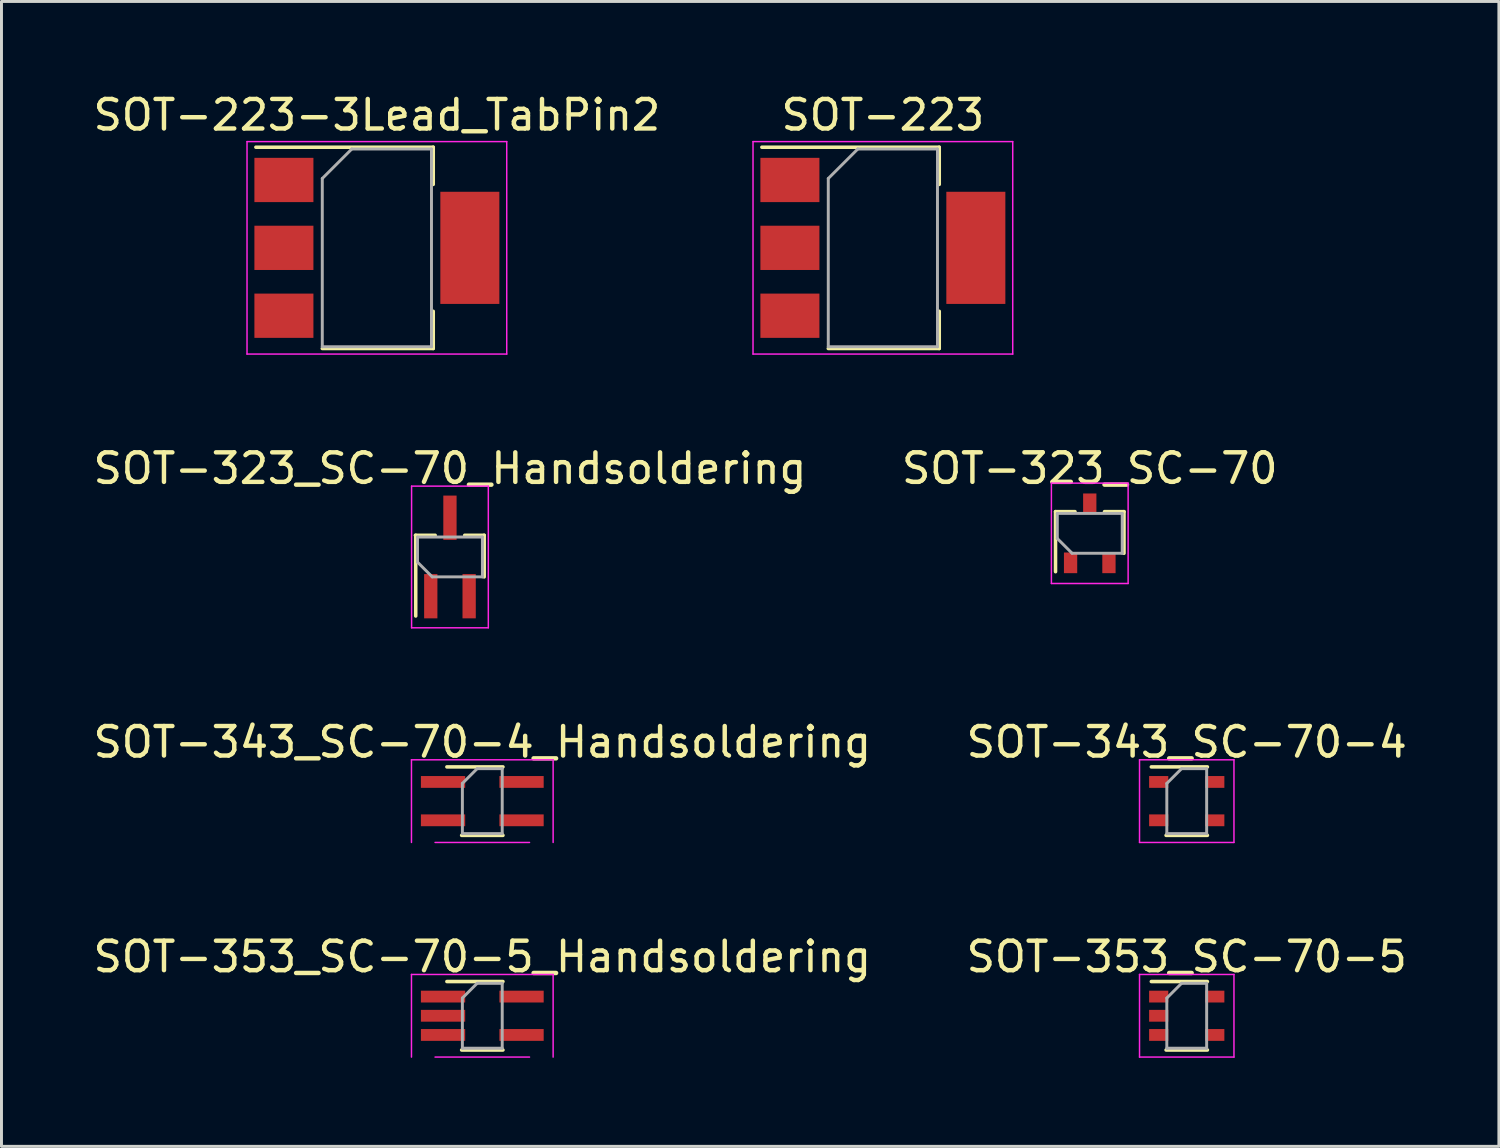
<source format=kicad_pcb>
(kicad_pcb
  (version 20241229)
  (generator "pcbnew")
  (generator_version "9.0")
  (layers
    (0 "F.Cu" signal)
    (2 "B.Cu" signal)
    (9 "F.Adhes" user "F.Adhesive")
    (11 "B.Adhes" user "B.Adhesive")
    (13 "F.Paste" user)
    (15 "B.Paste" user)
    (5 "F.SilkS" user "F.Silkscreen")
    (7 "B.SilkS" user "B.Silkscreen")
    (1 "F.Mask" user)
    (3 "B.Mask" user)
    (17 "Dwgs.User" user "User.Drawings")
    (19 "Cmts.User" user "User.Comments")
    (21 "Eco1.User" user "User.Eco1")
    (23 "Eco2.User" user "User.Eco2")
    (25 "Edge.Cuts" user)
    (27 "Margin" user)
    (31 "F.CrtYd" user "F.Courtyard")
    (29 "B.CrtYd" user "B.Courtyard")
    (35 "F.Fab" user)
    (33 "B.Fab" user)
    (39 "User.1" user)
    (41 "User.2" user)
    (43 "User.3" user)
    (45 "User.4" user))
  (footprint "SOT-323_SC-70"
    (layer "F.Cu")
    (at 33.875 15.021)
    (property "Reference" "SOT-323_SC-70" (at 0 -2.2 0) (layer "F.SilkS") (effects (font (size 1 1) (thickness 0.15))))
    (attr smd)
    (fp_line (start -1.16 -0.735) (end -1.16 1.3) (stroke (width 0.12) (type solid)) (layer "F.SilkS"))
    (fp_line (start -1.16 -0.735) (end -0.5 -0.735) (stroke (width 0.12) (type solid)) (layer "F.SilkS"))
    (fp_line (start 0.5 -0.735) (end 1.16 -0.735) (stroke (width 0.12) (type solid)) (layer "F.SilkS"))
    (fp_line (start 1.16 0.675) (end 1.16 -0.735) (stroke (width 0.12) (type solid)) (layer "F.SilkS"))
    (fp_line (start -1.3 -1.7) (end 1.3 -1.7) (stroke (width 0.05) (type solid)) (layer "F.CrtYd"))
    (fp_line (start -1.3 1.7) (end -1.3 -1.7) (stroke (width 0.05) (type solid)) (layer "F.CrtYd"))
    (fp_line (start 1.3 -1.7) (end 1.3 1.7) (stroke (width 0.05) (type solid)) (layer "F.CrtYd"))
    (fp_line (start 1.3 1.7) (end -1.3 1.7) (stroke (width 0.05) (type solid)) (layer "F.CrtYd"))
    (fp_line (start -1.1 -0.675) (end -1.1 0.175) (stroke (width 0.1) (type solid)) (layer "F.Fab"))
    (fp_line (start -1.1 -0.675) (end 1.1 -0.675) (stroke (width 0.1) (type solid)) (layer "F.Fab"))
    (fp_line (start -1.1 0.175) (end -0.6 0.675) (stroke (width 0.1) (type solid)) (layer "F.Fab"))
    (fp_line (start -0.6 0.675) (end 1.1 0.675) (stroke (width 0.1) (type solid)) (layer "F.Fab"))
    (fp_line (start 1.1 -0.675) (end 1.1 0.675) (stroke (width 0.1) (type solid)) (layer "F.Fab"))
    (pad "1" smd rect (at -0.65 1) (size 0.45 0.7) (layers "F.Cu" "F.Mask" "F.Paste"))
    (pad "2" smd rect (at 0.65 1) (size 0.45 0.7) (layers "F.Cu" "F.Mask" "F.Paste"))
    (pad "3" smd rect (at 0 -1) (size 0.45 0.7) (layers "F.Cu" "F.Mask" "F.Paste")))
  (footprint "SOT-223-3Lead_TabPin2"
    (layer "F.Cu")
    (at 9.72 5.348)
    (property "Reference" "SOT-223-3Lead_TabPin2" (at 0 -4.5 0) (layer "F.SilkS") (effects (font (size 1 1) (thickness 0.15))))
    (attr smd)
    (fp_line (start -4.1 -3.41) (end 1.91 -3.41) (stroke (width 0.12) (type solid)) (layer "F.SilkS"))
    (fp_line (start -1.85 3.41) (end 1.91 3.41) (stroke (width 0.12) (type solid)) (layer "F.SilkS"))
    (fp_line (start 1.91 -3.41) (end 1.91 -2.15) (stroke (width 0.12) (type solid)) (layer "F.SilkS"))
    (fp_line (start 1.91 3.41) (end 1.91 2.15) (stroke (width 0.12) (type solid)) (layer "F.SilkS"))
    (fp_line (start -4.4 -3.6) (end -4.4 3.6) (stroke (width 0.05) (type solid)) (layer "F.CrtYd"))
    (fp_line (start -4.4 3.6) (end 4.4 3.6) (stroke (width 0.05) (type solid)) (layer "F.CrtYd"))
    (fp_line (start 4.4 -3.6) (end -4.4 -3.6) (stroke (width 0.05) (type solid)) (layer "F.CrtYd"))
    (fp_line (start 4.4 3.6) (end 4.4 -3.6) (stroke (width 0.05) (type solid)) (layer "F.CrtYd"))
    (fp_line (start -1.85 -2.35) (end -1.85 3.35) (stroke (width 0.1) (type solid)) (layer "F.Fab"))
    (fp_line (start -1.85 -2.35) (end -0.85 -3.35) (stroke (width 0.1) (type solid)) (layer "F.Fab"))
    (fp_line (start -1.85 3.35) (end 1.85 3.35) (stroke (width 0.1) (type solid)) (layer "F.Fab"))
    (fp_line (start -0.85 -3.35) (end 1.85 -3.35) (stroke (width 0.1) (type solid)) (layer "F.Fab"))
    (fp_line (start 1.85 -3.35) (end 1.85 3.35) (stroke (width 0.1) (type solid)) (layer "F.Fab"))
    (pad "1" smd rect (at -3.15 -2.3) (size 2 1.5) (layers "F.Cu" "F.Mask" "F.Paste"))
    (pad "2" smd rect (at -3.15 0) (size 2 1.5) (layers "F.Cu" "F.Mask" "F.Paste"))
    (pad "2" smd rect (at 3.15 0) (size 2 3.8) (layers "F.Cu" "F.Mask" "F.Paste"))
    (pad "3" smd rect (at -3.15 2.3) (size 2 1.5) (layers "F.Cu" "F.Mask" "F.Paste")))
  (footprint "SOT-353_SC-70-5_Handsoldering"
    (layer "F.Cu")
    (at 13.292 31.368)
    (property "Reference" "SOT-353_SC-70-5_Handsoldering" (at 0 -2 0) (layer "F.SilkS") (effects (font (size 1 1) (thickness 0.15))))
    (attr smd)
    (fp_line (start -0.7 1.16) (end 0.7 1.16) (stroke (width 0.12) (type solid)) (layer "F.SilkS"))
    (fp_line (start 0.7 -1.16) (end -1.2 -1.16) (stroke (width 0.12) (type solid)) (layer "F.SilkS"))
    (fp_line (start -2.4 -1.4) (end -2.4 1.4) (stroke (width 0.05) (type solid)) (layer "F.CrtYd"))
    (fp_line (start -2.4 -1.4) (end 2.4 -1.4) (stroke (width 0.05) (type solid)) (layer "F.CrtYd"))
    (fp_line (start -1.6 1.4) (end 1.6 1.4) (stroke (width 0.05) (type solid)) (layer "F.CrtYd"))
    (fp_line (start 2.4 1.4) (end 2.4 -1.4) (stroke (width 0.05) (type solid)) (layer "F.CrtYd"))
    (fp_line (start -0.675 -0.6) (end -0.675 1.1) (stroke (width 0.1) (type solid)) (layer "F.Fab"))
    (fp_line (start -0.175 -1.1) (end -0.675 -0.6) (stroke (width 0.1) (type solid)) (layer "F.Fab"))
    (fp_line (start 0.675 -1.1) (end -0.175 -1.1) (stroke (width 0.1) (type solid)) (layer "F.Fab"))
    (fp_line (start 0.675 -1.1) (end 0.675 1.1) (stroke (width 0.1) (type solid)) (layer "F.Fab"))
    (fp_line (start 0.675 1.1) (end -0.675 1.1) (stroke (width 0.1) (type solid)) (layer "F.Fab"))
    (pad "1" smd rect (at -1.33 -0.65) (size 1.5 0.4) (layers "F.Cu" "F.Mask" "F.Paste"))
    (pad "2" smd rect (at -1.33 0) (size 1.5 0.4) (layers "F.Cu" "F.Mask" "F.Paste"))
    (pad "3" smd rect (at -1.33 0.65) (size 1.5 0.4) (layers "F.Cu" "F.Mask" "F.Paste"))
    (pad "4" smd rect (at 1.33 0.65) (size 1.5 0.4) (layers "F.Cu" "F.Mask" "F.Paste"))
    (pad "5" smd rect (at 1.33 -0.65) (size 1.5 0.4) (layers "F.Cu" "F.Mask" "F.Paste")))
  (footprint "SOT-353_SC-70-5"
    (layer "F.Cu")
    (at 37.161 31.368)
    (property "Reference" "SOT-353_SC-70-5" (at 0 -2 0) (layer "F.SilkS") (effects (font (size 1 1) (thickness 0.15))))
    (attr smd)
    (fp_line (start -0.7 1.16) (end 0.7 1.16) (stroke (width 0.12) (type solid)) (layer "F.SilkS"))
    (fp_line (start 0.7 -1.16) (end -1.2 -1.16) (stroke (width 0.12) (type solid)) (layer "F.SilkS"))
    (fp_line (start -1.6 -1.4) (end -1.6 1.4) (stroke (width 0.05) (type solid)) (layer "F.CrtYd"))
    (fp_line (start -1.6 -1.4) (end 1.6 -1.4) (stroke (width 0.05) (type solid)) (layer "F.CrtYd"))
    (fp_line (start -1.6 1.4) (end 1.6 1.4) (stroke (width 0.05) (type solid)) (layer "F.CrtYd"))
    (fp_line (start 1.6 1.4) (end 1.6 -1.4) (stroke (width 0.05) (type solid)) (layer "F.CrtYd"))
    (fp_line (start -0.675 -0.6) (end -0.675 1.1) (stroke (width 0.1) (type solid)) (layer "F.Fab"))
    (fp_line (start -0.175 -1.1) (end -0.675 -0.6) (stroke (width 0.1) (type solid)) (layer "F.Fab"))
    (fp_line (start 0.675 -1.1) (end -0.175 -1.1) (stroke (width 0.1) (type solid)) (layer "F.Fab"))
    (fp_line (start 0.675 -1.1) (end 0.675 1.1) (stroke (width 0.1) (type solid)) (layer "F.Fab"))
    (fp_line (start 0.675 1.1) (end -0.675 1.1) (stroke (width 0.1) (type solid)) (layer "F.Fab"))
    (pad "1" smd rect (at -0.95 -0.65) (size 0.65 0.4) (layers "F.Cu" "F.Mask" "F.Paste"))
    (pad "2" smd rect (at -0.95 0) (size 0.65 0.4) (layers "F.Cu" "F.Mask" "F.Paste"))
    (pad "3" smd rect (at -0.95 0.65) (size 0.65 0.4) (layers "F.Cu" "F.Mask" "F.Paste"))
    (pad "4" smd rect (at 0.95 0.65) (size 0.65 0.4) (layers "F.Cu" "F.Mask" "F.Paste"))
    (pad "5" smd rect (at 0.95 -0.65) (size 0.65 0.4) (layers "F.Cu" "F.Mask" "F.Paste")))
  (footprint "SOT-323_SC-70_Handsoldering"
    (layer "F.Cu")
    (at 12.196 15.822)
    (property "Reference" "SOT-323_SC-70_Handsoldering" (at 0 -3 0) (layer "F.SilkS") (effects (font (size 1 1) (thickness 0.15))))
    (attr smd)
    (fp_line (start -1.17 -0.735) (end -0.5 -0.735) (stroke (width 0.12) (type solid)) (layer "F.SilkS"))
    (fp_line (start -1.16 -0.735) (end -1.16 2) (stroke (width 0.12) (type solid)) (layer "F.SilkS"))
    (fp_line (start 0.5 -0.735) (end 1.16 -0.735) (stroke (width 0.12) (type solid)) (layer "F.SilkS"))
    (fp_line (start 1.16 0.675) (end 1.16 -0.735) (stroke (width 0.12) (type solid)) (layer "F.SilkS"))
    (fp_line (start -1.3 -2.4) (end 1.3 -2.4) (stroke (width 0.05) (type solid)) (layer "F.CrtYd"))
    (fp_line (start -1.3 2.4) (end -1.3 -2.4) (stroke (width 0.05) (type solid)) (layer "F.CrtYd"))
    (fp_line (start 1.3 -2.4) (end 1.3 2.4) (stroke (width 0.05) (type solid)) (layer "F.CrtYd"))
    (fp_line (start 1.3 2.4) (end -1.3 2.4) (stroke (width 0.05) (type solid)) (layer "F.CrtYd"))
    (fp_line (start -1.1 -0.675) (end -1.1 0.175) (stroke (width 0.1) (type solid)) (layer "F.Fab"))
    (fp_line (start -1.1 -0.675) (end 1.1 -0.675) (stroke (width 0.1) (type solid)) (layer "F.Fab"))
    (fp_line (start -1.1 0.175) (end -0.6 0.675) (stroke (width 0.1) (type solid)) (layer "F.Fab"))
    (fp_line (start -0.6 0.675) (end 1.1 0.675) (stroke (width 0.1) (type solid)) (layer "F.Fab"))
    (fp_line (start 1.1 -0.675) (end 1.1 0.675) (stroke (width 0.1) (type solid)) (layer "F.Fab"))
    (pad "1" smd rect (at -0.65 1.33) (size 0.45 1.5) (layers "F.Cu" "F.Mask" "F.Paste"))
    (pad "2" smd rect (at 0.65 1.33) (size 0.45 1.5) (layers "F.Cu" "F.Mask" "F.Paste"))
    (pad "3" smd rect (at 0 -1.33) (size 0.45 1.5) (layers "F.Cu" "F.Mask" "F.Paste")))
  (footprint "SOT-343_SC-70-4"
    (layer "F.Cu")
    (at 37.161 24.095)
    (property "Reference" "SOT-343_SC-70-4" (at 0 -2 0) (layer "F.SilkS") (effects (font (size 1 1) (thickness 0.15))))
    (attr smd)
    (fp_line (start -0.7 1.16) (end 0.7 1.16) (stroke (width 0.12) (type solid)) (layer "F.SilkS"))
    (fp_line (start 0.7 -1.16) (end -1.2 -1.16) (stroke (width 0.12) (type solid)) (layer "F.SilkS"))
    (fp_line (start -1.6 -1.4) (end -1.6 1.4) (stroke (width 0.05) (type solid)) (layer "F.CrtYd"))
    (fp_line (start -1.6 -1.4) (end 1.6 -1.4) (stroke (width 0.05) (type solid)) (layer "F.CrtYd"))
    (fp_line (start -1.6 1.4) (end 1.6 1.4) (stroke (width 0.05) (type solid)) (layer "F.CrtYd"))
    (fp_line (start 1.6 1.4) (end 1.6 -1.4) (stroke (width 0.05) (type solid)) (layer "F.CrtYd"))
    (fp_line (start -0.675 -0.6) (end -0.675 1.1) (stroke (width 0.1) (type solid)) (layer "F.Fab"))
    (fp_line (start -0.175 -1.1) (end -0.675 -0.6) (stroke (width 0.1) (type solid)) (layer "F.Fab"))
    (fp_line (start 0.675 -1.1) (end -0.175 -1.1) (stroke (width 0.1) (type solid)) (layer "F.Fab"))
    (fp_line (start 0.675 -1.1) (end 0.675 1.1) (stroke (width 0.1) (type solid)) (layer "F.Fab"))
    (fp_line (start 0.675 1.1) (end -0.675 1.1) (stroke (width 0.1) (type solid)) (layer "F.Fab"))
    (pad "1" smd rect (at -0.95 -0.65) (size 0.65 0.4) (layers "F.Cu" "F.Mask" "F.Paste"))
    (pad "2" smd rect (at -0.95 0.65) (size 0.65 0.4) (layers "F.Cu" "F.Mask" "F.Paste"))
    (pad "3" smd rect (at 0.95 0.65) (size 0.65 0.4) (layers "F.Cu" "F.Mask" "F.Paste"))
    (pad "4" smd rect (at 0.95 -0.65) (size 0.65 0.4) (layers "F.Cu" "F.Mask" "F.Paste")))
  (footprint "SOT-343_SC-70-4_Handsoldering"
    (layer "F.Cu")
    (at 13.292 24.095)
    (property "Reference" "SOT-343_SC-70-4_Handsoldering" (at 0 -2 0) (layer "F.SilkS") (effects (font (size 1 1) (thickness 0.15))))
    (attr smd)
    (fp_line (start -0.7 1.16) (end 0.7 1.16) (stroke (width 0.12) (type solid)) (layer "F.SilkS"))
    (fp_line (start 0.7 -1.16) (end -1.2 -1.16) (stroke (width 0.12) (type solid)) (layer "F.SilkS"))
    (fp_line (start -2.4 -1.4) (end -2.4 1.4) (stroke (width 0.05) (type solid)) (layer "F.CrtYd"))
    (fp_line (start -2.4 -1.4) (end 2.4 -1.4) (stroke (width 0.05) (type solid)) (layer "F.CrtYd"))
    (fp_line (start -1.6 1.4) (end 1.6 1.4) (stroke (width 0.05) (type solid)) (layer "F.CrtYd"))
    (fp_line (start 2.4 1.4) (end 2.4 -1.4) (stroke (width 0.05) (type solid)) (layer "F.CrtYd"))
    (fp_line (start -0.675 -0.6) (end -0.675 1.1) (stroke (width 0.1) (type solid)) (layer "F.Fab"))
    (fp_line (start -0.175 -1.1) (end -0.675 -0.6) (stroke (width 0.1) (type solid)) (layer "F.Fab"))
    (fp_line (start 0.675 -1.1) (end -0.175 -1.1) (stroke (width 0.1) (type solid)) (layer "F.Fab"))
    (fp_line (start 0.675 -1.1) (end 0.675 1.1) (stroke (width 0.1) (type solid)) (layer "F.Fab"))
    (fp_line (start 0.675 1.1) (end -0.675 1.1) (stroke (width 0.1) (type solid)) (layer "F.Fab"))
    (pad "1" smd rect (at -1.33 -0.65) (size 1.5 0.4) (layers "F.Cu" "F.Mask" "F.Paste"))
    (pad "2" smd rect (at -1.33 0.65) (size 1.5 0.4) (layers "F.Cu" "F.Mask" "F.Paste"))
    (pad "3" smd rect (at 1.33 0.65) (size 1.5 0.4) (layers "F.Cu" "F.Mask" "F.Paste"))
    (pad "4" smd rect (at 1.33 -0.65) (size 1.5 0.4) (layers "F.Cu" "F.Mask" "F.Paste")))
  (footprint "SOT-223"
    (layer "F.Cu")
    (at 26.865 5.348)
    (property "Reference" "SOT-223" (at 0 -4.5 0) (layer "F.SilkS") (effects (font (size 1 1) (thickness 0.15))))
    (attr smd)
    (fp_line (start -4.1 -3.41) (end 1.91 -3.41) (stroke (width 0.12) (type solid)) (layer "F.SilkS"))
    (fp_line (start -1.85 3.41) (end 1.91 3.41) (stroke (width 0.12) (type solid)) (layer "F.SilkS"))
    (fp_line (start 1.91 -3.41) (end 1.91 -2.15) (stroke (width 0.12) (type solid)) (layer "F.SilkS"))
    (fp_line (start 1.91 3.41) (end 1.91 2.15) (stroke (width 0.12) (type solid)) (layer "F.SilkS"))
    (fp_line (start -4.4 -3.6) (end -4.4 3.6) (stroke (width 0.05) (type solid)) (layer "F.CrtYd"))
    (fp_line (start -4.4 3.6) (end 4.4 3.6) (stroke (width 0.05) (type solid)) (layer "F.CrtYd"))
    (fp_line (start 4.4 -3.6) (end -4.4 -3.6) (stroke (width 0.05) (type solid)) (layer "F.CrtYd"))
    (fp_line (start 4.4 3.6) (end 4.4 -3.6) (stroke (width 0.05) (type solid)) (layer "F.CrtYd"))
    (fp_line (start -1.85 -2.35) (end -1.85 3.35) (stroke (width 0.1) (type solid)) (layer "F.Fab"))
    (fp_line (start -1.85 -2.35) (end -0.85 -3.35) (stroke (width 0.1) (type solid)) (layer "F.Fab"))
    (fp_line (start -1.85 3.35) (end 1.85 3.35) (stroke (width 0.1) (type solid)) (layer "F.Fab"))
    (fp_line (start -0.85 -3.35) (end 1.85 -3.35) (stroke (width 0.1) (type solid)) (layer "F.Fab"))
    (fp_line (start 1.85 -3.35) (end 1.85 3.35) (stroke (width 0.1) (type solid)) (layer "F.Fab"))
    (pad "1" smd rect (at -3.15 -2.3) (size 2 1.5) (layers "F.Cu" "F.Mask" "F.Paste"))
    (pad "2" smd rect (at -3.15 0) (size 2 1.5) (layers "F.Cu" "F.Mask" "F.Paste"))
    (pad "3" smd rect (at -3.15 2.3) (size 2 1.5) (layers "F.Cu" "F.Mask" "F.Paste"))
    (pad "4" smd rect (at 3.15 0) (size 2 3.8) (layers "F.Cu" "F.Mask" "F.Paste")))
  (gr_rect
    (start -3 -3)
    (end 47.738 35.793)
    (stroke (width 0.1) (type default))
    (fill no)
    (layer "Edge.Cuts")))
</source>
